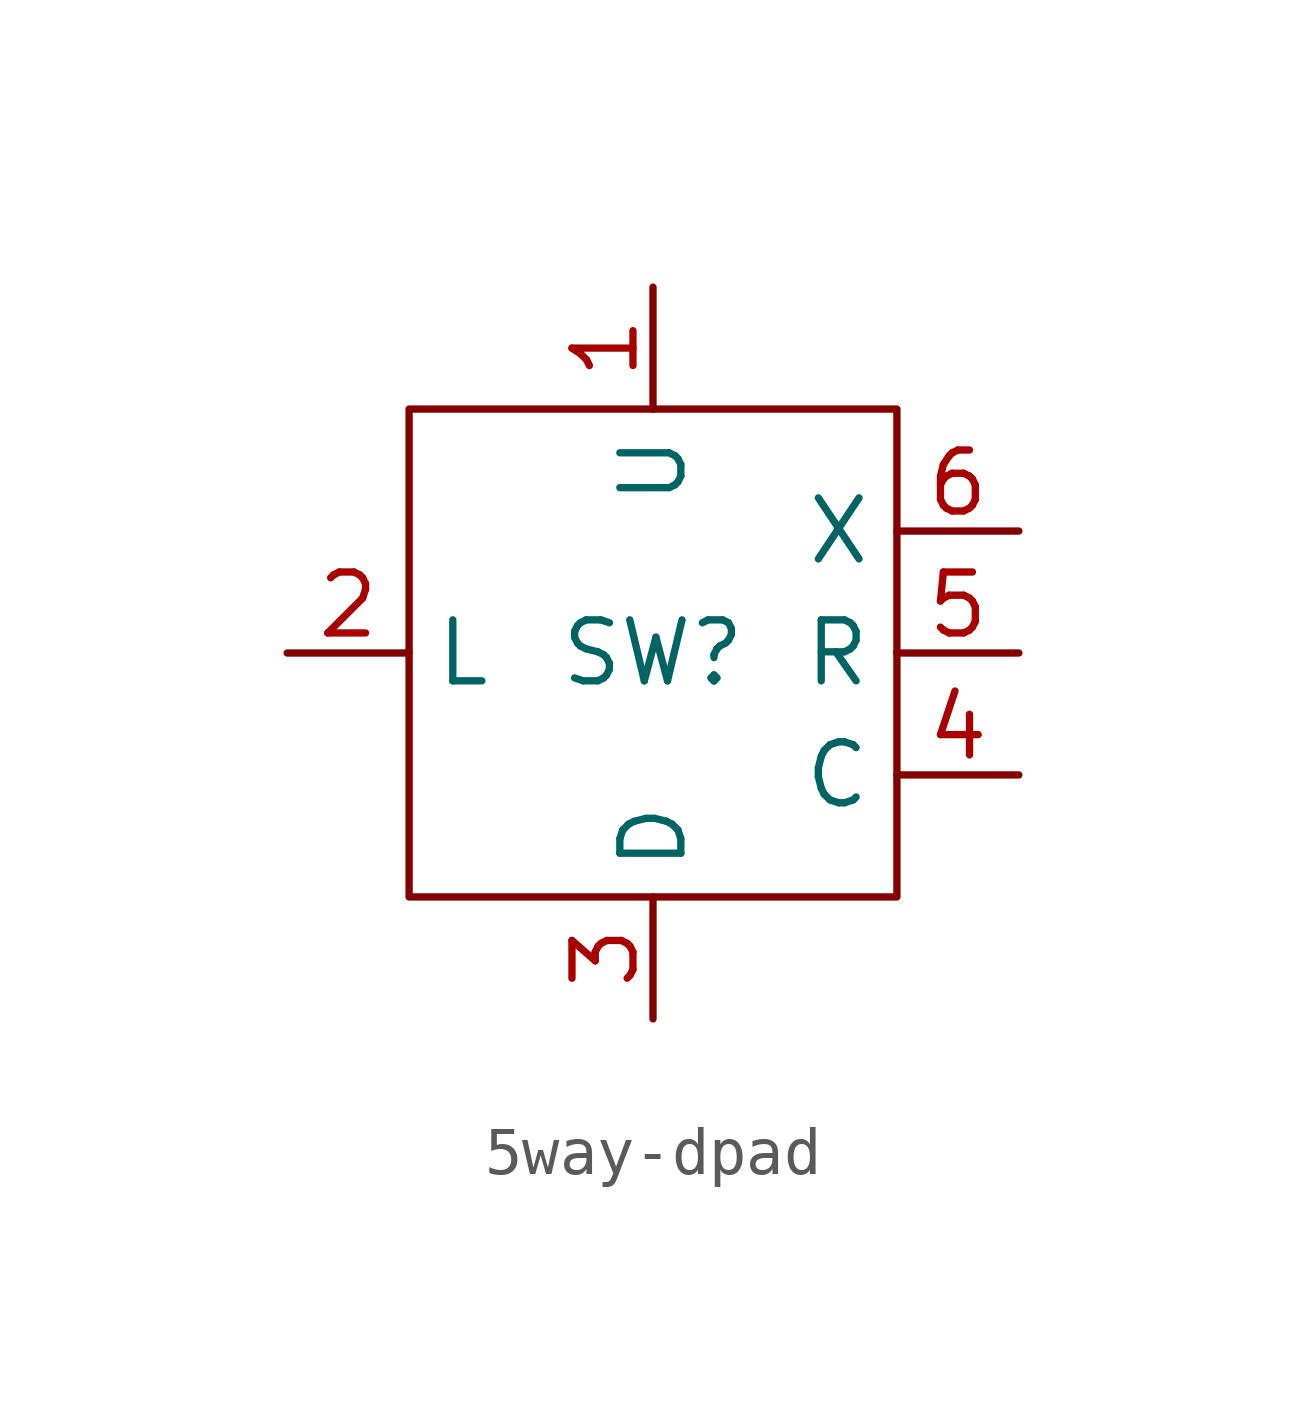
<source format=kicad_sym>
(kicad_symbol_lib
  (version 20220914)
  (generator kicad_symbol_editor)
  (symbol "5way-dpad"
    (property "Reference" "SW"
      (at 0 0 0)
      (effects (font (size 1.27 1.27))))
    (property "Value" ""
      (at 0 0 0)
      (effects (font (size 1.27 1.27))))
    (symbol "5way-dpad_0_1"
      (rectangle (start -5.08 5.08) (end 5.08 -5.08) (stroke (width 0) (type default)) (fill (type none)))
      (rectangle (start 0 5.08) (end 0 5.08) (stroke (width 0) (type default)) (fill (type none)))
      (rectangle (start 5.08 0) (end 5.08 0) (stroke (width 0) (type default)) (fill (type none)))
      (rectangle (start 5.08 0) (end 5.08 0) (stroke (width 0) (type default)) (fill (type none))))
    (symbol "5way-dpad_1_1"
      (pin passive line (at 0 7.62 270) (length 2.54) (name "U" (effects (font (size 1.27 1.27)))) (number "1" (effects (font (size 1.27 1.27)))))
      (pin passive line (at -7.62 0 0) (length 2.54) (name "L" (effects (font (size 1.27 1.27)))) (number "2" (effects (font (size 1.27 1.27)))))
      (pin passive line (at 0 -7.62 90) (length 2.54) (name "D" (effects (font (size 1.27 1.27)))) (number "3" (effects (font (size 1.27 1.27)))))
      (pin passive line (at 7.62 -2.54 180) (length 2.54) (name "C" (effects (font (size 1.27 1.27)))) (number "4" (effects (font (size 1.27 1.27)))))
      (pin passive line (at 7.62 0 180) (length 2.54) (name "R" (effects (font (size 1.27 1.27)))) (number "5" (effects (font (size 1.27 1.27)))))
      (pin passive line (at 7.62 2.54 180) (length 2.54) (name "X" (effects (font (size 1.27 1.27)))) (number "6" (effects (font (size 1.27 1.27))))))))
</source>
